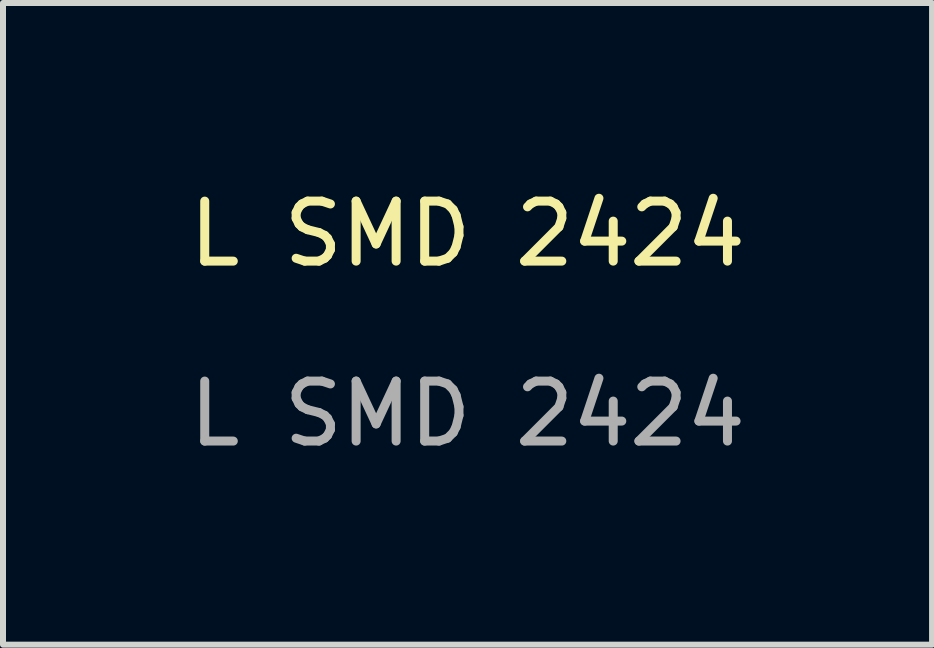
<source format=kicad_pcb>
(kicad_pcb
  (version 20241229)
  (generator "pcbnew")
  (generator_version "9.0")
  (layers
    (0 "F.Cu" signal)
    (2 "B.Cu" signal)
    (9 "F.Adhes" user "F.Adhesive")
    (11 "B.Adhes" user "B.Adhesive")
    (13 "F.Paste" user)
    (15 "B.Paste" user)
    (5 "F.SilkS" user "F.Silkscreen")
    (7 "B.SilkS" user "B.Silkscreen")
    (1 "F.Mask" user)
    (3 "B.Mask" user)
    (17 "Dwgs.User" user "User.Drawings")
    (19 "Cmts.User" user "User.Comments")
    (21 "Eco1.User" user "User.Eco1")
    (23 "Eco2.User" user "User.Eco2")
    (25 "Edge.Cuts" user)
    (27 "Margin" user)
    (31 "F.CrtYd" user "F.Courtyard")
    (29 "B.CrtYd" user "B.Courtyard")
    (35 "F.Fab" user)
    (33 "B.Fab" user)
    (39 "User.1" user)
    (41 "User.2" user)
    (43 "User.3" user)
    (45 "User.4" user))
  (footprint "L SMD 2424"
    (layer "F.Cu")
    (at 4.744 1.348)
    (property "Reference" "L SMD 2424" (at 0 -0.5 0) (unlocked yes) (layer "F.SilkS") (effects (font (size 1 1) (thickness 0.15))))
    (attr smd)
    (fp_text user "${REFERENCE}" (at 0 2.5 0) (unlocked yes) (layer "F.Fab") (effects (font (size 1 1) (thickness 0.15)))))
  (gr_rect
    (start -3 -3)
    (end 12.488 7.697)
    (stroke (width 0.1) (type default))
    (fill no)
    (layer "Edge.Cuts")))
</source>
